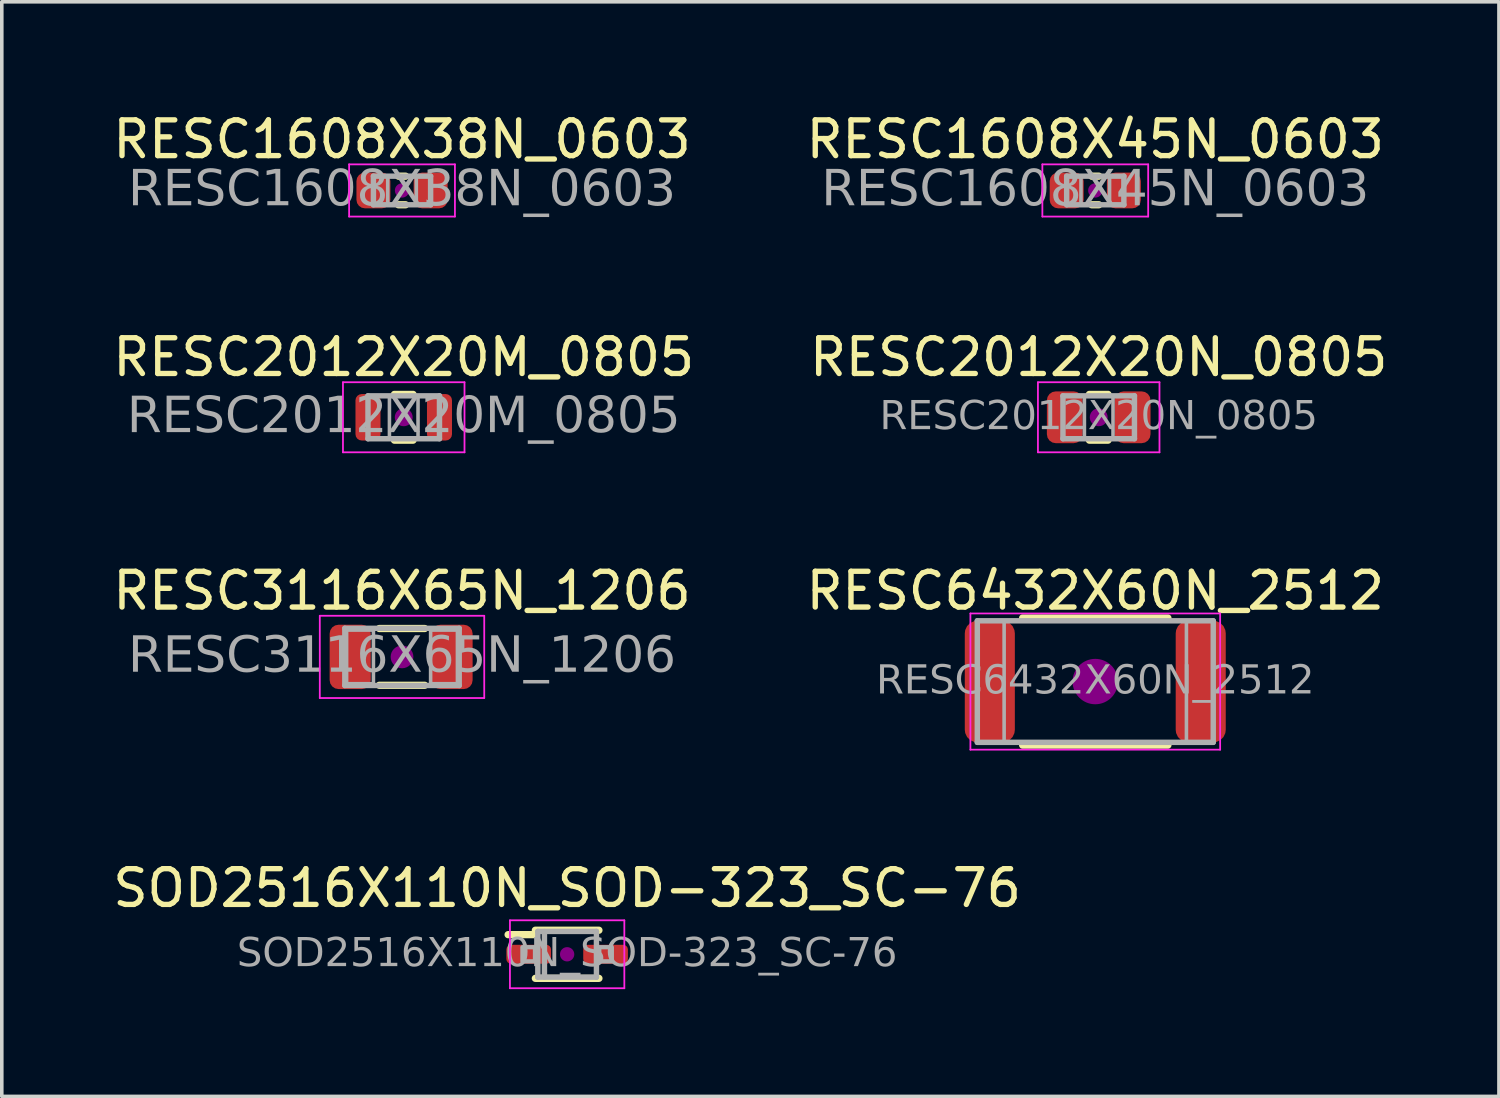
<source format=kicad_pcb>
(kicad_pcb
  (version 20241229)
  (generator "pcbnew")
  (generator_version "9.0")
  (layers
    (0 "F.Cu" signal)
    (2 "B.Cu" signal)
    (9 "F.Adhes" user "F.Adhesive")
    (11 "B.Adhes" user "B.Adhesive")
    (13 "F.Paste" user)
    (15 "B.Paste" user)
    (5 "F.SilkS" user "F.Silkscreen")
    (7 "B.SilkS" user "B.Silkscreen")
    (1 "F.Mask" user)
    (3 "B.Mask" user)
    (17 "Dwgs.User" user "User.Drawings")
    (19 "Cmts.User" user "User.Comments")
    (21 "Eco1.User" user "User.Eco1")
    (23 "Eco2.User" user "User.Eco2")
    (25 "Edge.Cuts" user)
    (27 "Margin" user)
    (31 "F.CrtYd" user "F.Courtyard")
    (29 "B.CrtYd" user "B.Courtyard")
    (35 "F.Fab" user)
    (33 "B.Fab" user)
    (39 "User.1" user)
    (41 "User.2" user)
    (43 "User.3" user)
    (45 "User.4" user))
  (footprint "RESC1608X38N_0603"
    (layer "F.Cu")
    (at 8.196 2.278)
    (property "Reference" "RESC1608X38N_0603" (at 0 -1.43 0) (layer "F.SilkS") (effects (font (size 1 1) (thickness 0.15))))
    (attr smd)
    (fp_line (start -0.1 -0.4) (end 0.1 -0.4) (stroke (width 0.203) (type solid)) (layer "F.SilkS"))
    (fp_line (start -0.1 0.4) (end 0.1 0.4) (stroke (width 0.203) (type solid)) (layer "F.SilkS"))
    (fp_circle (center 0 0) (end 0.2 0) (stroke (width 0) (type solid)) (fill yes) (layer "F.Adhes"))
    (fp_line (start -1.48 -0.73) (end 1.48 -0.73) (stroke (width 0.05) (type solid)) (layer "F.CrtYd"))
    (fp_line (start -1.48 0.73) (end -1.48 -0.73) (stroke (width 0.05) (type solid)) (layer "F.CrtYd"))
    (fp_line (start 1.48 -0.73) (end 1.48 0.73) (stroke (width 0.05) (type solid)) (layer "F.CrtYd"))
    (fp_line (start 1.48 0.73) (end -1.48 0.73) (stroke (width 0.05) (type solid)) (layer "F.CrtYd"))
    (fp_line (start -0.8 -0.4) (end 0.8 -0.4) (stroke (width 0.152) (type solid)) (layer "F.Fab"))
    (fp_line (start -0.8 0.4) (end -0.8 -0.4) (stroke (width 0.152) (type solid)) (layer "F.Fab"))
    (fp_line (start 0.8 -0.4) (end 0.8 0.4) (stroke (width 0.152) (type solid)) (layer "F.Fab"))
    (fp_line (start 0.8 0.4) (end -0.8 0.4) (stroke (width 0.152) (type solid)) (layer "F.Fab"))
    (fp_rect (start -0.8 -0.4) (end -0.4 0.4) (stroke (width 0.1) (type solid)) (fill no) (layer "F.Fab"))
    (fp_rect (start 0.8 0.4) (end 0.4 -0.4) (stroke (width 0.1) (type solid)) (fill no) (layer "F.Fab"))
    (fp_text user "${REFERENCE}" (at 0 0 0) (layer "F.Fab") (effects (font (face "Tahoma") (size 1 1) (thickness 0.15))))
    (pad "1" smd roundrect (at -0.8 0) (size 0.95 1) (layers "F.Cu" "F.Mask" "F.Paste") (roundrect_rratio 0.25))
    (pad "2" smd roundrect (at 0.8 0) (size 0.95 1) (layers "F.Cu" "F.Mask" "F.Paste") (roundrect_rratio 0.25)))
  (footprint "RESC2012X20M_0805"
    (layer "F.Cu")
    (at 8.244 8.623)
    (property "Reference" "RESC2012X20M_0805" (at 0 -1.68 0) (layer "F.SilkS") (effects (font (size 1 1) (thickness 0.15))))
    (attr smd)
    (fp_line (start -0.261 -0.64) (end 0.261 -0.64) (stroke (width 0.203) (type solid)) (layer "F.SilkS"))
    (fp_line (start -0.261 0.64) (end 0.261 0.64) (stroke (width 0.203) (type solid)) (layer "F.SilkS"))
    (fp_circle (center 0 0) (end 0.25 0) (stroke (width 0) (type solid)) (fill yes) (layer "F.Adhes"))
    (fp_line (start -1.7 -0.98) (end 1.7 -0.98) (stroke (width 0.05) (type solid)) (layer "F.CrtYd"))
    (fp_line (start -1.7 0.98) (end -1.7 -0.98) (stroke (width 0.05) (type solid)) (layer "F.CrtYd"))
    (fp_line (start 1.7 -0.98) (end 1.7 0.98) (stroke (width 0.05) (type solid)) (layer "F.CrtYd"))
    (fp_line (start 1.7 0.98) (end -1.7 0.98) (stroke (width 0.05) (type solid)) (layer "F.CrtYd"))
    (fp_line (start -1 -0.6) (end 1 -0.6) (stroke (width 0.152) (type solid)) (layer "F.Fab"))
    (fp_line (start -1 0.6) (end -1 -0.6) (stroke (width 0.152) (type solid)) (layer "F.Fab"))
    (fp_line (start 1 -0.6) (end 1 0.6) (stroke (width 0.152) (type solid)) (layer "F.Fab"))
    (fp_line (start 1 0.6) (end -1 0.6) (stroke (width 0.152) (type solid)) (layer "F.Fab"))
    (fp_rect (start -1 -0.6) (end -0.4 0.6) (stroke (width 0.1) (type solid)) (fill no) (layer "F.Fab"))
    (fp_rect (start 0.4 -0.6) (end 1 0.6) (stroke (width 0.1) (type solid)) (fill no) (layer "F.Fab"))
    (fp_text user "${REFERENCE}" (at 0 0 0) (layer "F.Fab") (effects (font (face "Tahoma") (size 1 1) (thickness 0.15))))
    (pad "1" smd roundrect (at -1 0) (size 0.7 1.3) (layers "F.Cu" "F.Mask" "F.Paste") (roundrect_rratio 0.25))
    (pad "2" smd roundrect (at 1 0) (size 0.7 1.3) (layers "F.Cu" "F.Mask" "F.Paste") (roundrect_rratio 0.25)))
  (footprint "SOD2516X110N_SOD-323_SC-76"
    (layer "F.Cu")
    (at 12.815 23.645)
    (property "Reference" "SOD2516X110N_SOD-323_SC-76" (at 0 -1.85 0) (layer "F.SilkS") (effects (font (size 1 1) (thickness 0.15))))
    (attr smd)
    (fp_line (start -0.889 -0.549) (end -1.651 -0.549) (stroke (width 0.203) (type solid)) (layer "F.SilkS"))
    (fp_line (start -0.889 0.673) (end 0.889 0.673) (stroke (width 0.203) (type solid)) (layer "F.SilkS"))
    (fp_line (start 0.889 -0.673) (end -0.889 -0.673) (stroke (width 0.203) (type solid)) (layer "F.SilkS"))
    (fp_circle (center 0 0) (end 0.2 0) (stroke (width 0) (type solid)) (fill yes) (layer "F.Adhes"))
    (fp_line (start -1.6 -0.95) (end -1.6 0.95) (stroke (width 0.05) (type solid)) (layer "F.CrtYd"))
    (fp_line (start -1.6 -0.95) (end 1.6 -0.95) (stroke (width 0.05) (type solid)) (layer "F.CrtYd"))
    (fp_line (start -1.6 0.95) (end 1.6 0.95) (stroke (width 0.05) (type solid)) (layer "F.CrtYd"))
    (fp_line (start 1.6 -0.95) (end 1.6 0.95) (stroke (width 0.05) (type solid)) (layer "F.CrtYd"))
    (fp_line (start -0.82 -0.64) (end 0.82 -0.64) (stroke (width 0.152) (type solid)) (layer "F.Fab"))
    (fp_line (start -0.82 0.64) (end -0.82 -0.64) (stroke (width 0.152) (type solid)) (layer "F.Fab"))
    (fp_line (start -0.635 0.635) (end -0.635 -0.635) (stroke (width 0.152) (type solid)) (layer "F.Fab"))
    (fp_line (start 0.82 -0.64) (end 0.82 0.64) (stroke (width 0.152) (type solid)) (layer "F.Fab"))
    (fp_line (start 0.82 0.64) (end -0.82 0.64) (stroke (width 0.152) (type solid)) (layer "F.Fab"))
    (fp_rect (start -1.25 -0.198) (end -0.899 0.198) (stroke (width 0.12) (type solid)) (fill no) (layer "F.Fab"))
    (fp_rect (start 0.899 -0.198) (end 1.25 0.198) (stroke (width 0.12) (type solid)) (fill no) (layer "F.Fab"))
    (fp_text user "${REFERENCE}" (at 0 0 0) (layer "F.Fab") (effects (font (face "Tahoma") (size 0.8 0.8) (thickness 0.12))))
    (pad "1" smd roundrect (at -1.075 0) (size 1.25 0.53) (layers "F.Cu" "F.Mask" "F.Paste") (roundrect_rratio 0.25))
    (pad "2" smd roundrect (at 1.075 0) (size 1.25 0.53) (layers "F.Cu" "F.Mask" "F.Paste") (roundrect_rratio 0.25)))
  (footprint "RESC1608X45N_0603"
    (layer "F.Cu")
    (at 27.589 2.278)
    (property "Reference" "RESC1608X45N_0603" (at 0 -1.43 0) (layer "F.SilkS") (effects (font (size 1 1) (thickness 0.15))))
    (attr smd)
    (fp_line (start -0.1 -0.4) (end 0.1 -0.4) (stroke (width 0.203) (type solid)) (layer "F.SilkS"))
    (fp_line (start -0.1 0.4) (end 0.1 0.4) (stroke (width 0.203) (type solid)) (layer "F.SilkS"))
    (fp_circle (center 0 0) (end 0.2 0) (stroke (width 0) (type solid)) (fill yes) (layer "F.Adhes"))
    (fp_line (start -1.48 -0.73) (end 1.48 -0.73) (stroke (width 0.05) (type solid)) (layer "F.CrtYd"))
    (fp_line (start -1.48 0.73) (end -1.48 -0.73) (stroke (width 0.05) (type solid)) (layer "F.CrtYd"))
    (fp_line (start 1.48 -0.73) (end 1.48 0.73) (stroke (width 0.05) (type solid)) (layer "F.CrtYd"))
    (fp_line (start 1.48 0.73) (end -1.48 0.73) (stroke (width 0.05) (type solid)) (layer "F.CrtYd"))
    (fp_line (start -0.8 -0.4) (end 0.8 -0.4) (stroke (width 0.152) (type solid)) (layer "F.Fab"))
    (fp_line (start -0.8 0.4) (end -0.8 -0.4) (stroke (width 0.152) (type solid)) (layer "F.Fab"))
    (fp_line (start 0.8 -0.4) (end 0.8 0.4) (stroke (width 0.152) (type solid)) (layer "F.Fab"))
    (fp_line (start 0.8 0.4) (end -0.8 0.4) (stroke (width 0.152) (type solid)) (layer "F.Fab"))
    (fp_rect (start -0.8 -0.4) (end -0.4 0.4) (stroke (width 0.1) (type solid)) (fill no) (layer "F.Fab"))
    (fp_rect (start 0.8 0.4) (end 0.4 -0.4) (stroke (width 0.1) (type solid)) (fill no) (layer "F.Fab"))
    (fp_text user "${REFERENCE}" (at 0 0 0) (layer "F.Fab") (effects (font (face "Tahoma") (size 1 1) (thickness 0.15))))
    (pad "1" smd roundrect (at -0.8 0) (size 0.95 1) (layers "F.Cu" "F.Mask" "F.Paste") (roundrect_rratio 0.25))
    (pad "2" smd roundrect (at 0.8 0) (size 0.95 1) (layers "F.Cu" "F.Mask" "F.Paste") (roundrect_rratio 0.25)))
  (footprint "RESC3116X65N_1206"
    (layer "F.Cu")
    (at 8.196 15.326)
    (property "Reference" "RESC3116X65N_1206" (at 0 -1.85 0) (layer "F.SilkS") (effects (font (size 1 1) (thickness 0.15))))
    (attr smd)
    (fp_line (start -0.635 -0.794) (end 0.635 -0.794) (stroke (width 0.203) (type solid)) (layer "F.SilkS"))
    (fp_line (start -0.635 0.794) (end 0.635 0.794) (stroke (width 0.203) (type solid)) (layer "F.SilkS"))
    (fp_circle (center 0 0) (end 0.318 0) (stroke (width 0) (type solid)) (fill yes) (layer "F.Adhes"))
    (fp_line (start -2.3 -1.15) (end 2.3 -1.15) (stroke (width 0.05) (type solid)) (layer "F.CrtYd"))
    (fp_line (start -2.3 1.15) (end -2.3 -1.15) (stroke (width 0.05) (type solid)) (layer "F.CrtYd"))
    (fp_line (start 2.3 -1.15) (end 2.3 1.15) (stroke (width 0.05) (type solid)) (layer "F.CrtYd"))
    (fp_line (start 2.3 1.15) (end -2.3 1.15) (stroke (width 0.05) (type solid)) (layer "F.CrtYd"))
    (fp_line (start -1.6 -0.8) (end 1.6 -0.8) (stroke (width 0.152) (type solid)) (layer "F.Fab"))
    (fp_line (start -1.6 0.8) (end -1.6 -0.8) (stroke (width 0.152) (type solid)) (layer "F.Fab"))
    (fp_line (start 1.6 -0.8) (end 1.6 0.8) (stroke (width 0.152) (type solid)) (layer "F.Fab"))
    (fp_line (start 1.6 0.8) (end -1.6 0.8) (stroke (width 0.152) (type solid)) (layer "F.Fab"))
    (fp_rect (start -0.8 0.75) (end -1.55 -0.75) (stroke (width 0.1) (type solid)) (fill no) (layer "F.Fab"))
    (fp_rect (start 0.8 -0.75) (end 1.55 0.75) (stroke (width 0.1) (type solid)) (fill no) (layer "F.Fab"))
    (fp_text user "${REFERENCE}" (at 0 0 0) (layer "F.Fab") (effects (font (face "Tahoma") (size 1 1) (thickness 0.15))))
    (pad "1" smd roundrect (at -1.45 0) (size 1.15 1.8) (layers "F.Cu" "F.Mask" "F.Paste") (roundrect_rratio 0.217))
    (pad "2" smd roundrect (at 1.4 0) (size 1.15 1.8) (layers "F.Cu" "F.Mask" "F.Paste") (roundrect_rratio 0.217)))
  (footprint "RESC6432X60N_2512"
    (layer "F.Cu")
    (at 27.589 16.016)
    (property "Reference" "RESC6432X60N_2512" (at 0 -2.54 0) (layer "F.SilkS") (effects (font (size 1 1) (thickness 0.15))))
    (attr smd)
    (fp_line (start -2.032 -1.778) (end 2.032 -1.778) (stroke (width 0.203) (type solid)) (layer "F.SilkS"))
    (fp_line (start -2.032 1.778) (end 2.032 1.778) (stroke (width 0.203) (type solid)) (layer "F.SilkS"))
    (fp_circle (center 0 0) (end 0.635 0) (stroke (width 0) (type solid)) (fill yes) (layer "F.Adhes"))
    (fp_line (start -3.493 -1.905) (end 3.493 -1.905) (stroke (width 0.05) (type solid)) (layer "F.CrtYd"))
    (fp_line (start -3.493 1.905) (end -3.493 -1.905) (stroke (width 0.05) (type solid)) (layer "F.CrtYd"))
    (fp_line (start 3.493 -1.905) (end 3.493 1.905) (stroke (width 0.05) (type solid)) (layer "F.CrtYd"))
    (fp_line (start 3.493 1.905) (end -3.493 1.905) (stroke (width 0.05) (type solid)) (layer "F.CrtYd"))
    (fp_line (start -3.3 -1.7) (end 3.3 -1.7) (stroke (width 0.152) (type solid)) (layer "F.Fab"))
    (fp_line (start -3.3 1.7) (end -3.3 -1.7) (stroke (width 0.152) (type solid)) (layer "F.Fab"))
    (fp_line (start 3.3 -1.7) (end 3.3 1.7) (stroke (width 0.152) (type solid)) (layer "F.Fab"))
    (fp_line (start 3.3 1.7) (end -3.3 1.7) (stroke (width 0.152) (type solid)) (layer "F.Fab"))
    (fp_rect (start -2.55 1.7) (end -3.3 -1.7) (stroke (width 0.1) (type solid)) (fill no) (layer "F.Fab"))
    (fp_rect (start 2.55 -1.7) (end 3.3 1.7) (stroke (width 0.1) (type solid)) (fill no) (layer "F.Fab"))
    (fp_text user "${REFERENCE}" (at 0 0 0) (layer "F.Fab") (effects (font (face "Tahoma") (size 0.8 0.8) (thickness 0.12))))
    (pad "1" smd roundrect (at -2.95 0) (size 1.4 3.4) (layers "F.Cu" "F.Mask" "F.Paste") (roundrect_rratio 0.25))
    (pad "2" smd roundrect (at 2.95 0) (size 1.4 3.4) (layers "F.Cu" "F.Mask" "F.Paste") (roundrect_rratio 0.25)))
  (footprint "RESC2012X20N_0805"
    (layer "F.Cu")
    (at 27.685 8.623)
    (property "Reference" "RESC2012X20N_0805" (at 0 -1.68 0) (layer "F.SilkS") (effects (font (size 1 1) (thickness 0.15))))
    (attr smd)
    (fp_line (start -0.261 -0.64) (end 0.261 -0.64) (stroke (width 0.203) (type solid)) (layer "F.SilkS"))
    (fp_line (start -0.261 0.64) (end 0.261 0.64) (stroke (width 0.203) (type solid)) (layer "F.SilkS"))
    (fp_circle (center 0 0) (end 0.25 0) (stroke (width 0) (type solid)) (fill yes) (layer "F.Adhes"))
    (fp_line (start -1.7 -0.98) (end 1.7 -0.98) (stroke (width 0.05) (type solid)) (layer "F.CrtYd"))
    (fp_line (start -1.7 0.98) (end -1.7 -0.98) (stroke (width 0.05) (type solid)) (layer "F.CrtYd"))
    (fp_line (start 1.7 -0.98) (end 1.7 0.98) (stroke (width 0.05) (type solid)) (layer "F.CrtYd"))
    (fp_line (start 1.7 0.98) (end -1.7 0.98) (stroke (width 0.05) (type solid)) (layer "F.CrtYd"))
    (fp_line (start -1 -0.6) (end 1 -0.6) (stroke (width 0.152) (type solid)) (layer "F.Fab"))
    (fp_line (start -1 0.6) (end -1 -0.6) (stroke (width 0.152) (type solid)) (layer "F.Fab"))
    (fp_line (start 1 -0.6) (end 1 0.6) (stroke (width 0.152) (type solid)) (layer "F.Fab"))
    (fp_line (start 1 0.6) (end -1 0.6) (stroke (width 0.152) (type solid)) (layer "F.Fab"))
    (fp_rect (start -1 -0.6) (end -0.4 0.6) (stroke (width 0.1) (type solid)) (fill no) (layer "F.Fab"))
    (fp_rect (start 0.4 -0.6) (end 1 0.6) (stroke (width 0.1) (type solid)) (fill no) (layer "F.Fab"))
    (fp_text user "${REFERENCE}" (at 0 0 0) (layer "F.Fab") (effects (font (face "Tahoma") (size 0.8 0.8) (thickness 0.12))))
    (pad "1" smd roundrect (at -0.95 0) (size 1 1.45) (layers "F.Cu" "F.Mask" "F.Paste") (roundrect_rratio 0.25))
    (pad "2" smd roundrect (at 0.95 0) (size 1 1.45) (layers "F.Cu" "F.Mask" "F.Paste") (roundrect_rratio 0.25)))
  (gr_rect
    (start -3 -3)
    (end 38.881 27.62)
    (stroke (width 0.1) (type default))
    (fill no)
    (layer "Edge.Cuts")))
</source>
